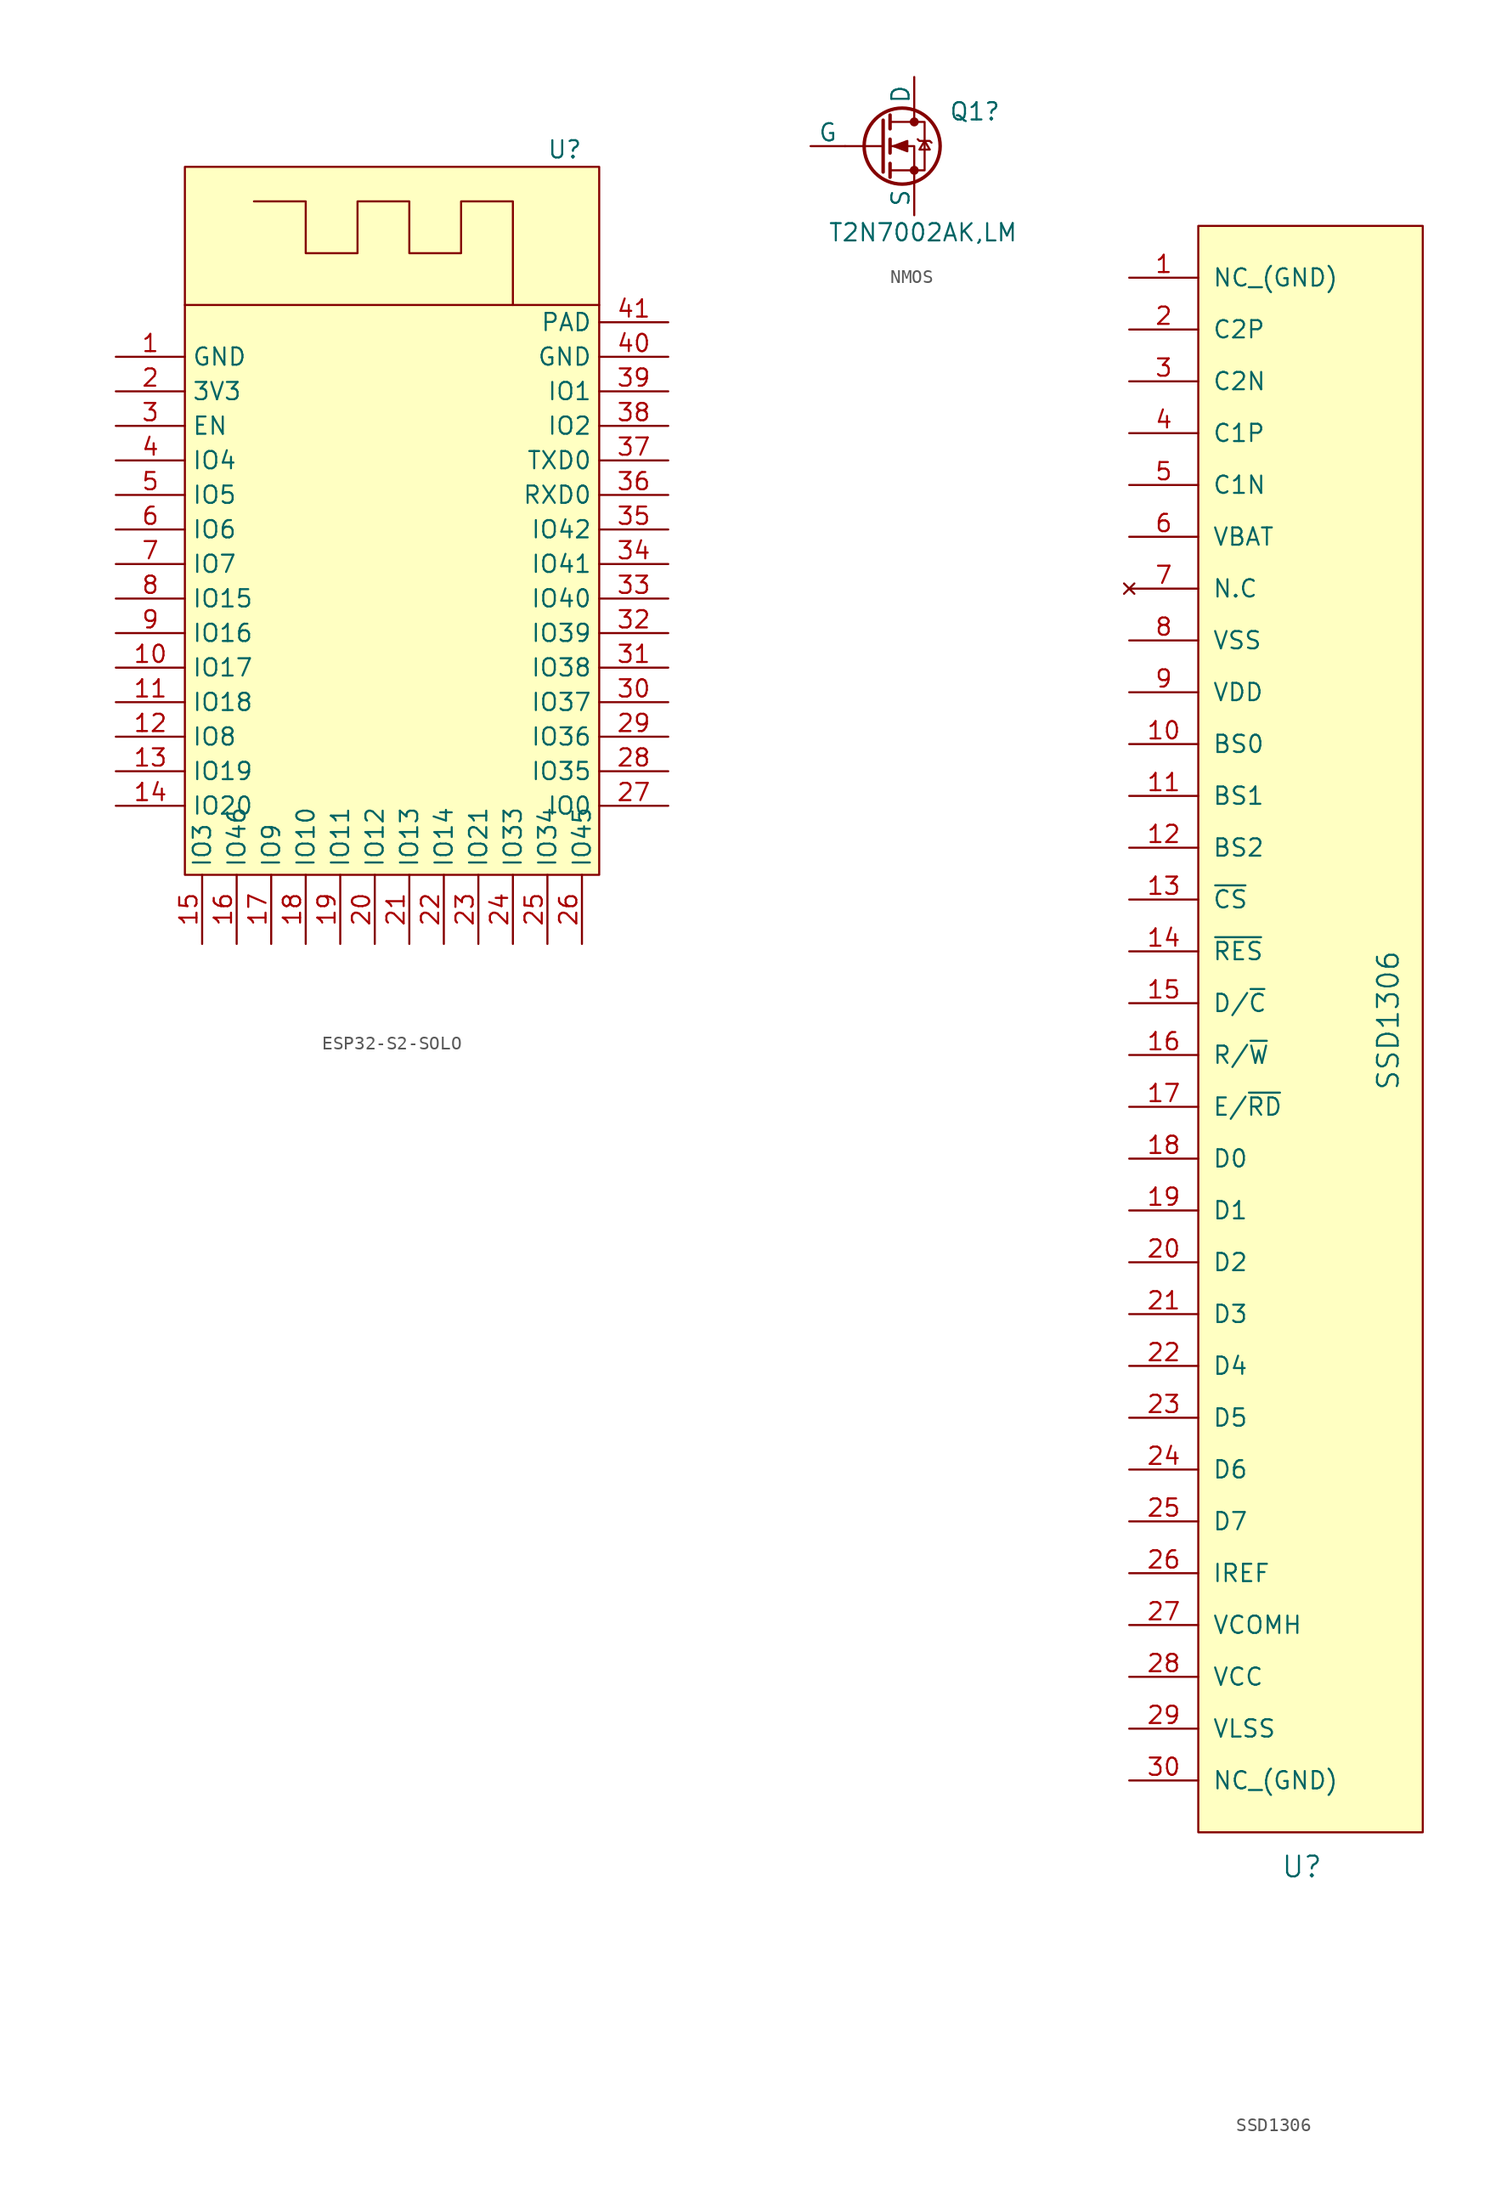
<source format=kicad_sym>
(kicad_symbol_lib
  (version 20220914)
  (generator kicad_symbol_editor)
  (symbol "ESP32-S2-SOLO"
    (property "Reference" "U"
      (at 12.7 25.4 0)
      (effects (font (size 1.27 1.27))))
    (property "Value" ""
      (at -15.24 -1.27 0)
      (effects (font (size 1.27 1.27))))
    (symbol "ESP32-S2-SOLO_1_1"
      (rectangle (start -15.24 24.13) (end 15.24 -27.94) (stroke (width 0) (type default)) (fill (type background)))
      (polyline (pts (xy -15.24 13.97) (xy 15.24 13.97)) (stroke (width 0) (type default)) (fill (type none)))
      (polyline (pts (xy 8.89 13.97) (xy 8.89 21.59) (xy 5.08 21.59) (xy 5.08 17.78) (xy 1.27 17.78) (xy 1.27 21.59) (xy -2.54 21.59) (xy -2.54 17.78) (xy -6.35 17.78) (xy -6.35 21.59) (xy -10.16 21.59)) (stroke (width 0) (type default)) (fill (type none)))
      (pin power_in line (at -20.32 10.16 0) (length 5.08) (name "GND" (effects (font (size 1.27 1.27)))) (number "1" (effects (font (size 1.27 1.27)))))
      (pin passive line (at -20.32 -12.7 0) (length 5.08) (name "IO17" (effects (font (size 1.27 1.27)))) (number "10" (effects (font (size 1.27 1.27)))))
      (pin passive line (at -20.32 -15.24 0) (length 5.08) (name "IO18" (effects (font (size 1.27 1.27)))) (number "11" (effects (font (size 1.27 1.27)))))
      (pin passive line (at -20.32 -17.78 0) (length 5.08) (name "IO8" (effects (font (size 1.27 1.27)))) (number "12" (effects (font (size 1.27 1.27)))))
      (pin passive line (at -20.32 -20.32 0) (length 5.08) (name "IO19" (effects (font (size 1.27 1.27)))) (number "13" (effects (font (size 1.27 1.27)))))
      (pin passive line (at -20.32 -22.86 0) (length 5.08) (name "IO20" (effects (font (size 1.27 1.27)))) (number "14" (effects (font (size 1.27 1.27)))))
      (pin passive line (at -13.97 -33.02 90) (length 5.08) (name "IO3" (effects (font (size 1.27 1.27)))) (number "15" (effects (font (size 1.27 1.27)))))
      (pin passive line (at -11.43 -33.02 90) (length 5.08) (name "IO46" (effects (font (size 1.27 1.27)))) (number "16" (effects (font (size 1.27 1.27)))))
      (pin passive line (at -8.89 -33.02 90) (length 5.08) (name "IO9" (effects (font (size 1.27 1.27)))) (number "17" (effects (font (size 1.27 1.27)))))
      (pin passive line (at -6.35 -33.02 90) (length 5.08) (name "IO10" (effects (font (size 1.27 1.27)))) (number "18" (effects (font (size 1.27 1.27)))))
      (pin passive line (at -3.81 -33.02 90) (length 5.08) (name "IO11" (effects (font (size 1.27 1.27)))) (number "19" (effects (font (size 1.27 1.27)))))
      (pin power_in line (at -20.32 7.62 0) (length 5.08) (name "3V3" (effects (font (size 1.27 1.27)))) (number "2" (effects (font (size 1.27 1.27)))))
      (pin passive line (at -1.27 -33.02 90) (length 5.08) (name "IO12" (effects (font (size 1.27 1.27)))) (number "20" (effects (font (size 1.27 1.27)))))
      (pin passive line (at 1.27 -33.02 90) (length 5.08) (name "IO13" (effects (font (size 1.27 1.27)))) (number "21" (effects (font (size 1.27 1.27)))))
      (pin passive line (at 3.81 -33.02 90) (length 5.08) (name "IO14" (effects (font (size 1.27 1.27)))) (number "22" (effects (font (size 1.27 1.27)))))
      (pin passive line (at 6.35 -33.02 90) (length 5.08) (name "IO21" (effects (font (size 1.27 1.27)))) (number "23" (effects (font (size 1.27 1.27)))))
      (pin passive line (at 8.89 -33.02 90) (length 5.08) (name "IO33" (effects (font (size 1.27 1.27)))) (number "24" (effects (font (size 1.27 1.27)))))
      (pin passive line (at 11.43 -33.02 90) (length 5.08) (name "IO34" (effects (font (size 1.27 1.27)))) (number "25" (effects (font (size 1.27 1.27)))))
      (pin passive line (at 13.97 -33.02 90) (length 5.08) (name "IO45" (effects (font (size 1.27 1.27)))) (number "26" (effects (font (size 1.27 1.27)))))
      (pin passive line (at 20.32 -22.86 180) (length 5.08) (name "IO0" (effects (font (size 1.27 1.27)))) (number "27" (effects (font (size 1.27 1.27)))))
      (pin passive line (at 20.32 -20.32 180) (length 5.08) (name "IO35" (effects (font (size 1.27 1.27)))) (number "28" (effects (font (size 1.27 1.27)))))
      (pin passive line (at 20.32 -17.78 180) (length 5.08) (name "IO36" (effects (font (size 1.27 1.27)))) (number "29" (effects (font (size 1.27 1.27)))))
      (pin input line (at -20.32 5.08 0) (length 5.08) (name "EN" (effects (font (size 1.27 1.27)))) (number "3" (effects (font (size 1.27 1.27)))))
      (pin passive line (at 20.32 -15.24 180) (length 5.08) (name "IO37" (effects (font (size 1.27 1.27)))) (number "30" (effects (font (size 1.27 1.27)))))
      (pin passive line (at 20.32 -12.7 180) (length 5.08) (name "IO38" (effects (font (size 1.27 1.27)))) (number "31" (effects (font (size 1.27 1.27)))))
      (pin passive line (at 20.32 -10.16 180) (length 5.08) (name "IO39" (effects (font (size 1.27 1.27)))) (number "32" (effects (font (size 1.27 1.27)))))
      (pin passive line (at 20.32 -7.62 180) (length 5.08) (name "IO40" (effects (font (size 1.27 1.27)))) (number "33" (effects (font (size 1.27 1.27)))))
      (pin passive line (at 20.32 -5.08 180) (length 5.08) (name "IO41" (effects (font (size 1.27 1.27)))) (number "34" (effects (font (size 1.27 1.27)))))
      (pin passive line (at 20.32 -2.54 180) (length 5.08) (name "IO42" (effects (font (size 1.27 1.27)))) (number "35" (effects (font (size 1.27 1.27)))))
      (pin passive line (at 20.32 0 180) (length 5.08) (name "RXD0" (effects (font (size 1.27 1.27)))) (number "36" (effects (font (size 1.27 1.27)))))
      (pin passive line (at 20.32 2.54 180) (length 5.08) (name "TXD0" (effects (font (size 1.27 1.27)))) (number "37" (effects (font (size 1.27 1.27)))))
      (pin passive line (at 20.32 5.08 180) (length 5.08) (name "IO2" (effects (font (size 1.27 1.27)))) (number "38" (effects (font (size 1.27 1.27)))))
      (pin passive line (at 20.32 7.62 180) (length 5.08) (name "IO1" (effects (font (size 1.27 1.27)))) (number "39" (effects (font (size 1.27 1.27)))))
      (pin passive line (at -20.32 2.54 0) (length 5.08) (name "IO4" (effects (font (size 1.27 1.27)))) (number "4" (effects (font (size 1.27 1.27)))))
      (pin power_in line (at 20.32 10.16 180) (length 5.08) (name "GND" (effects (font (size 1.27 1.27)))) (number "40" (effects (font (size 1.27 1.27)))))
      (pin power_in line (at 20.32 12.7 180) (length 5.08) (name "PAD" (effects (font (size 1.27 1.27)))) (number "41" (effects (font (size 1.27 1.27)))))
      (pin passive line (at -20.32 0 0) (length 5.08) (name "IO5" (effects (font (size 1.27 1.27)))) (number "5" (effects (font (size 1.27 1.27)))))
      (pin passive line (at -20.32 -2.54 0) (length 5.08) (name "IO6" (effects (font (size 1.27 1.27)))) (number "6" (effects (font (size 1.27 1.27)))))
      (pin passive line (at -20.32 -5.08 0) (length 5.08) (name "IO7" (effects (font (size 1.27 1.27)))) (number "7" (effects (font (size 1.27 1.27)))))
      (pin passive line (at -20.32 -7.62 0) (length 5.08) (name "IO15" (effects (font (size 1.27 1.27)))) (number "8" (effects (font (size 1.27 1.27)))))
      (pin passive line (at -20.32 -10.16 0) (length 5.08) (name "IO16" (effects (font (size 1.27 1.27)))) (number "9" (effects (font (size 1.27 1.27)))))))
  (symbol "NMOS"
    (pin_numbers hide)
    (pin_names
      (offset 0))
    (property "Reference" "Q1"
      (at 5.08 2.54 0)
      (effects (font (size 1.27 1.27)) (justify left)))
    (property "Value" "T2N7002AK,LM"
      (at -3.81 -6.35 0)
      (effects (font (size 1.27 1.27)) (justify left)))
    (symbol "NMOS_0_1"
      (polyline (pts (xy 0.254 0) (xy -2.54 0)) (stroke (width 0) (type default)) (fill (type none)))
      (polyline (pts (xy 0.254 1.905) (xy 0.254 -1.905)) (stroke (width 0.254) (type default)) (fill (type none)))
      (polyline (pts (xy 0.762 -1.27) (xy 0.762 -2.286)) (stroke (width 0.254) (type default)) (fill (type none)))
      (polyline (pts (xy 0.762 0.508) (xy 0.762 -0.508)) (stroke (width 0.254) (type default)) (fill (type none)))
      (polyline (pts (xy 0.762 2.286) (xy 0.762 1.27)) (stroke (width 0.254) (type default)) (fill (type none)))
      (polyline (pts (xy 2.54 2.54) (xy 2.54 1.778)) (stroke (width 0) (type default)) (fill (type none)))
      (polyline (pts (xy 2.54 -2.54) (xy 2.54 0) (xy 0.762 0)) (stroke (width 0) (type default)) (fill (type none)))
      (polyline (pts (xy 0.762 -1.778) (xy 3.302 -1.778) (xy 3.302 1.778) (xy 0.762 1.778)) (stroke (width 0) (type default)) (fill (type none)))
      (polyline (pts (xy 1.016 0) (xy 2.032 0.381) (xy 2.032 -0.381) (xy 1.016 0)) (stroke (width 0) (type default)) (fill (type outline)))
      (polyline (pts (xy 2.794 0.508) (xy 2.921 0.381) (xy 3.683 0.381) (xy 3.81 0.254)) (stroke (width 0) (type default)) (fill (type none)))
      (polyline (pts (xy 3.302 0.381) (xy 2.921 -0.254) (xy 3.683 -0.254) (xy 3.302 0.381)) (stroke (width 0) (type default)) (fill (type none)))
      (circle (center 1.651 0) (radius 2.794) (stroke (width 0.254) (type default)) (fill (type none)))
      (circle (center 2.54 -1.778) (radius 0.254) (stroke (width 0) (type default)) (fill (type outline)))
      (circle (center 2.54 1.778) (radius 0.254) (stroke (width 0) (type default)) (fill (type outline))))
    (symbol "NMOS_1_1"
      (pin input line (at -5.08 0 0) (length 2.54) (name "G" (effects (font (size 1.27 1.27)))) (number "1" (effects (font (size 1.27 1.27)))))
      (pin passive line (at 2.54 -5.08 90) (length 2.54) (name "S" (effects (font (size 1.27 1.27)))) (number "2" (effects (font (size 1.27 1.27)))))
      (pin passive line (at 2.54 5.08 270) (length 2.54) (name "D" (effects (font (size 1.27 1.27)))) (number "3" (effects (font (size 1.27 1.27)))))))
  (symbol "SSD1306"
    (pin_names
      (offset 1.016))
    (property "Reference" "U"
      (at 0 -62.23 0)
      (effects (font (size 1.524 1.524))))
    (property "Value" "SSD1306"
      (at 6.35 0 90)
      (effects (font (size 1.524 1.524))))
    (property "Footprint" ""
      (at 0 -67.31 0)
      (effects (font (size 1.524 1.524))))
    (property "Datasheet" ""
      (at 0 -67.31 0)
      (effects (font (size 1.524 1.524))))
    (symbol "SSD1306_0_1"
      (rectangle (start -7.62 58.42) (end 8.89 -59.69) (stroke (width 0) (type solid)) (fill (type background))))
    (symbol "SSD1306_1_1"
      (pin passive line (at -12.7 54.61 0) (length 5.08) (name "NC_(GND)" (effects (font (size 1.27 1.27)))) (number "1" (effects (font (size 1.27 1.27)))))
      (pin input line (at -12.7 20.32 0) (length 5.08) (name "BS0" (effects (font (size 1.27 1.27)))) (number "10" (effects (font (size 1.27 1.27)))))
      (pin input line (at -12.7 16.51 0) (length 5.08) (name "BS1" (effects (font (size 1.27 1.27)))) (number "11" (effects (font (size 1.27 1.27)))))
      (pin input line (at -12.7 12.7 0) (length 5.08) (name "BS2" (effects (font (size 1.27 1.27)))) (number "12" (effects (font (size 1.27 1.27)))))
      (pin input line (at -12.7 8.89 0) (length 5.08) (name "~{CS}" (effects (font (size 1.27 1.27)))) (number "13" (effects (font (size 1.27 1.27)))))
      (pin input line (at -12.7 5.08 0) (length 5.08) (name "~{RES}" (effects (font (size 1.27 1.27)))) (number "14" (effects (font (size 1.27 1.27)))))
      (pin input line (at -12.7 1.27 0) (length 5.08) (name "D/~{C}" (effects (font (size 1.27 1.27)))) (number "15" (effects (font (size 1.27 1.27)))))
      (pin input line (at -12.7 -2.54 0) (length 5.08) (name "R/~{W}" (effects (font (size 1.27 1.27)))) (number "16" (effects (font (size 1.27 1.27)))))
      (pin input line (at -12.7 -6.35 0) (length 5.08) (name "E/~{RD}" (effects (font (size 1.27 1.27)))) (number "17" (effects (font (size 1.27 1.27)))))
      (pin input line (at -12.7 -10.16 0) (length 5.08) (name "D0" (effects (font (size 1.27 1.27)))) (number "18" (effects (font (size 1.27 1.27)))))
      (pin input line (at -12.7 -13.97 0) (length 5.08) (name "D1" (effects (font (size 1.27 1.27)))) (number "19" (effects (font (size 1.27 1.27)))))
      (pin passive line (at -12.7 50.8 0) (length 5.08) (name "C2P" (effects (font (size 1.27 1.27)))) (number "2" (effects (font (size 1.27 1.27)))))
      (pin input line (at -12.7 -17.78 0) (length 5.08) (name "D2" (effects (font (size 1.27 1.27)))) (number "20" (effects (font (size 1.27 1.27)))))
      (pin input line (at -12.7 -21.59 0) (length 5.08) (name "D3" (effects (font (size 1.27 1.27)))) (number "21" (effects (font (size 1.27 1.27)))))
      (pin input line (at -12.7 -25.4 0) (length 5.08) (name "D4" (effects (font (size 1.27 1.27)))) (number "22" (effects (font (size 1.27 1.27)))))
      (pin input line (at -12.7 -29.21 0) (length 5.08) (name "D5" (effects (font (size 1.27 1.27)))) (number "23" (effects (font (size 1.27 1.27)))))
      (pin input line (at -12.7 -33.02 0) (length 5.08) (name "D6" (effects (font (size 1.27 1.27)))) (number "24" (effects (font (size 1.27 1.27)))))
      (pin input line (at -12.7 -36.83 0) (length 5.08) (name "D7" (effects (font (size 1.27 1.27)))) (number "25" (effects (font (size 1.27 1.27)))))
      (pin passive line (at -12.7 -40.64 0) (length 5.08) (name "IREF" (effects (font (size 1.27 1.27)))) (number "26" (effects (font (size 1.27 1.27)))))
      (pin passive line (at -12.7 -44.45 0) (length 5.08) (name "VCOMH" (effects (font (size 1.27 1.27)))) (number "27" (effects (font (size 1.27 1.27)))))
      (pin passive line (at -12.7 -48.26 0) (length 5.08) (name "VCC" (effects (font (size 1.27 1.27)))) (number "28" (effects (font (size 1.27 1.27)))))
      (pin power_in line (at -12.7 -52.07 0) (length 5.08) (name "VLSS" (effects (font (size 1.27 1.27)))) (number "29" (effects (font (size 1.27 1.27)))))
      (pin passive line (at -12.7 46.99 0) (length 5.08) (name "C2N" (effects (font (size 1.27 1.27)))) (number "3" (effects (font (size 1.27 1.27)))))
      (pin passive line (at -12.7 -55.88 0) (length 5.08) (name "NC_(GND)" (effects (font (size 1.27 1.27)))) (number "30" (effects (font (size 1.27 1.27)))))
      (pin passive line (at -12.7 43.18 0) (length 5.08) (name "C1P" (effects (font (size 1.27 1.27)))) (number "4" (effects (font (size 1.27 1.27)))))
      (pin passive line (at -12.7 39.37 0) (length 5.08) (name "C1N" (effects (font (size 1.27 1.27)))) (number "5" (effects (font (size 1.27 1.27)))))
      (pin power_in line (at -12.7 35.56 0) (length 5.08) (name "VBAT" (effects (font (size 1.27 1.27)))) (number "6" (effects (font (size 1.27 1.27)))))
      (pin no_connect line (at -12.7 31.75 0) (length 5.08) (name "N.C" (effects (font (size 1.27 1.27)))) (number "7" (effects (font (size 1.27 1.27)))))
      (pin power_in line (at -12.7 27.94 0) (length 5.08) (name "VSS" (effects (font (size 1.27 1.27)))) (number "8" (effects (font (size 1.27 1.27)))))
      (pin power_in line (at -12.7 24.13 0) (length 5.08) (name "VDD" (effects (font (size 1.27 1.27)))) (number "9" (effects (font (size 1.27 1.27))))))))
</source>
